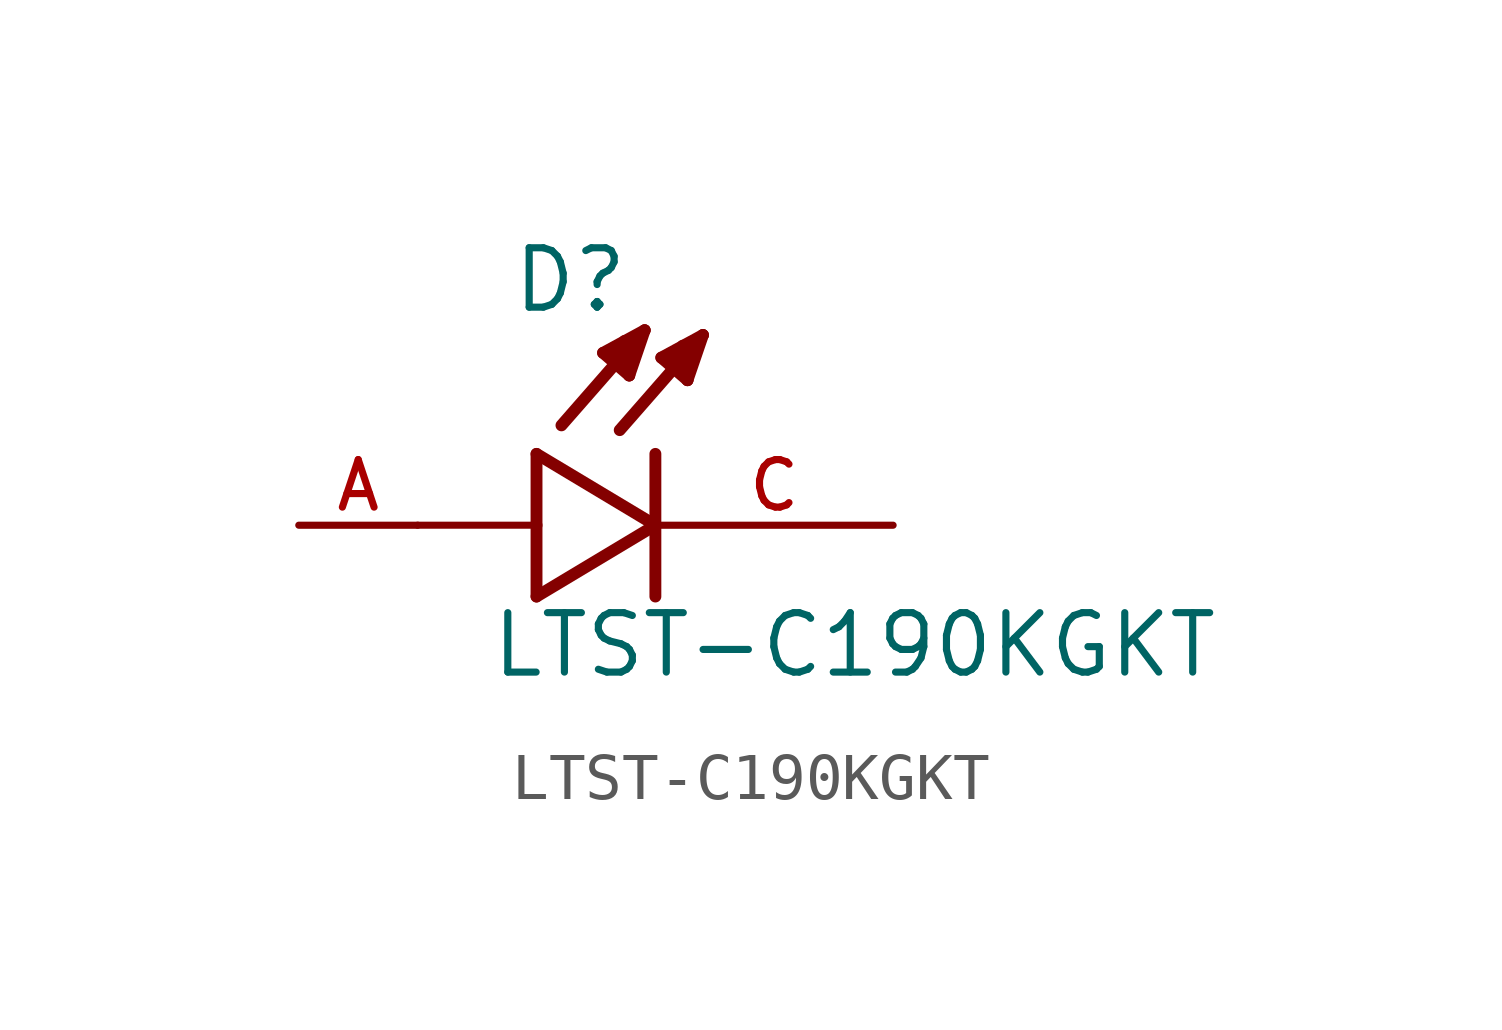
<source format=kicad_sym>
(kicad_symbol_lib
  (version 20211014)
  (generator kicad_symbol_editor)
  (symbol "LTST-C190KGKT"
    (pin_names
      (offset 1.016))
    (property "Reference" "D"
      (at -3.099 4.496 0)
      (effects (font (size 1.27 1.27)) (justify bottom left)))
    (property "Value" "LTST-C190KGKT"
      (at -3.556 -3.302 0)
      (effects (font (size 1.27 1.27)) (justify bottom left)))
    (symbol "LTST-C190KGKT_0_0"
      (polyline (pts (xy -2.54 1.524) (xy -2.54 0.0)) (stroke (width 0.254)))
      (polyline (pts (xy -2.54 0.0) (xy -2.54 -1.524)) (stroke (width 0.254)))
      (polyline (pts (xy -2.54 -1.524) (xy 0.0 0.0)) (stroke (width 0.254)))
      (polyline (pts (xy 0.0 0.0) (xy -2.54 1.524)) (stroke (width 0.254)))
      (polyline (pts (xy 0.0 1.524) (xy 0.0 -1.524)) (stroke (width 0.254)))
      (polyline (pts (xy -2.54 0.0) (xy -5.08 0.0)) (stroke (width 0.152)))
      (polyline (pts (xy 1.016 4.064) (xy -0.762 2.032)) (stroke (width 0.254)))
      (polyline (pts (xy 0.686 3.099) (xy 0.127 3.581)) (stroke (width 0.254)))
      (polyline (pts (xy 0.127 3.581) (xy 1.016 4.064)) (stroke (width 0.254)))
      (polyline (pts (xy 1.016 4.064) (xy 0.686 3.099)) (stroke (width 0.254)))
      (polyline (pts (xy 0.686 3.099) (xy 0.711 3.835)) (stroke (width 0.254)))
      (polyline (pts (xy 0.711 3.835) (xy 0.584 3.835)) (stroke (width 0.254)))
      (polyline (pts (xy 0.305 3.505) (xy 0.533 3.658)) (stroke (width 0.254)))
      (polyline (pts (xy -0.229 4.166) (xy -2.007 2.134)) (stroke (width 0.254)))
      (polyline (pts (xy -0.559 3.2) (xy -1.118 3.683)) (stroke (width 0.254)))
      (polyline (pts (xy -1.118 3.683) (xy -0.229 4.166)) (stroke (width 0.254)))
      (polyline (pts (xy -0.229 4.166) (xy -0.559 3.2)) (stroke (width 0.254)))
      (polyline (pts (xy -0.559 3.2) (xy -0.533 3.937)) (stroke (width 0.254)))
      (polyline (pts (xy -0.533 3.937) (xy -0.66 3.937)) (stroke (width 0.254)))
      (polyline (pts (xy -0.94 3.607) (xy -0.711 3.759)) (stroke (width 0.254)))
      (pin passive line (at 5.08 0.0 180.0) (length 5.08) (name "~" (effects (font (size 1.016 1.016)))) (number "C" (effects (font (size 1.016 1.016)))))
      (pin passive line (at -7.62 0.0 0) (length 2.54) (name "~" (effects (font (size 1.016 1.016)))) (number "A" (effects (font (size 1.016 1.016))))))))
</source>
